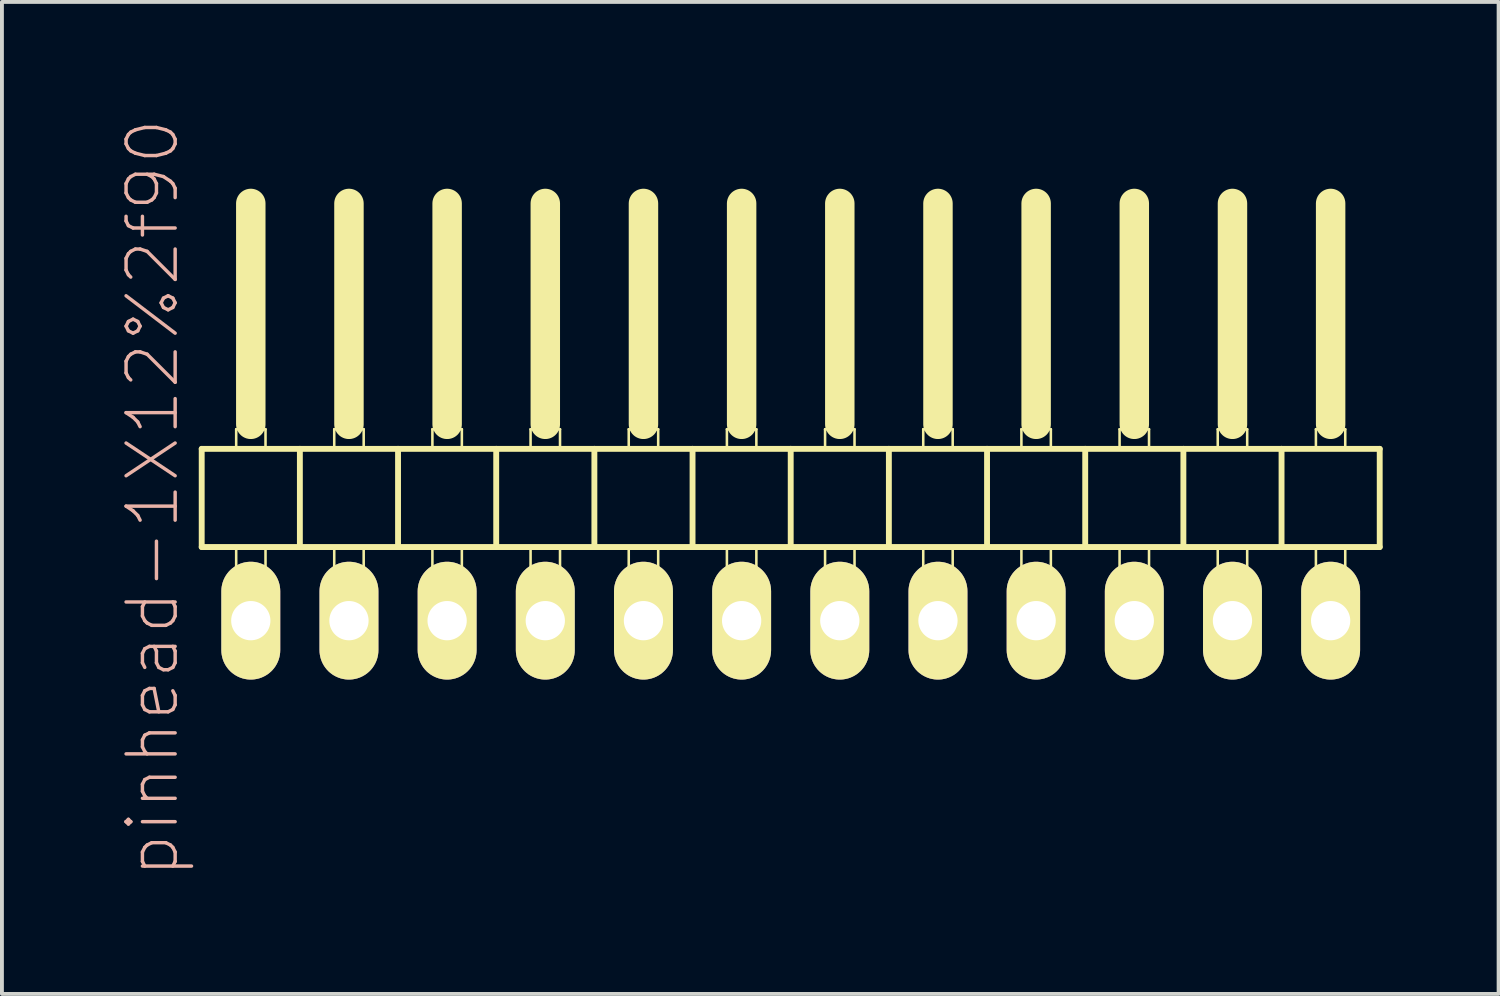
<source format=kicad_pcb>
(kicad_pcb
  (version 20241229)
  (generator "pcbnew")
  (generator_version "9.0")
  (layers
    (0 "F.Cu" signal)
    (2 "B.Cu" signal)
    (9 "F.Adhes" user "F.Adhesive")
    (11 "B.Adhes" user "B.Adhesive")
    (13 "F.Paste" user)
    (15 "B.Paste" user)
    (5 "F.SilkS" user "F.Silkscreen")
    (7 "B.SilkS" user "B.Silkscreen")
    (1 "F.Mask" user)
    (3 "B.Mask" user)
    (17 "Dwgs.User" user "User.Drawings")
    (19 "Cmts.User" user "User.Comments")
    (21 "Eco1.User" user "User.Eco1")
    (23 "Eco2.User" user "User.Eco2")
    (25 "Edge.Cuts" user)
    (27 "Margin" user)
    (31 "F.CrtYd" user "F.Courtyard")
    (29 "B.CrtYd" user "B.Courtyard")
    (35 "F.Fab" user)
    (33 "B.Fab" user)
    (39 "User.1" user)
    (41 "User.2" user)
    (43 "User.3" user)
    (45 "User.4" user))
  (footprint "pinhead-1X12%2f90"
    (layer "F.Cu")
    (at 17.409 9.199)
    (property "Reference" "pinhead-1X12%2f90" (at -16.51 0.635 90) (layer "B.SilkS") (effects (font (size 1.27 1.27) (thickness 0.089))))
    (attr exclude_from_pos_files exclude_from_bom)
    (fp_line (start -15.24 -0.635) (end -15.24 1.905) (stroke (width 0.152) (type solid)) (layer "F.SilkS"))
    (fp_line (start -15.24 1.905) (end -12.7 1.905) (stroke (width 0.152) (type solid)) (layer "F.SilkS"))
    (fp_line (start -14.348 -1.143) (end -13.589 -1.143) (stroke (width 0.066) (type solid)) (layer "F.SilkS"))
    (fp_line (start -14.348 -0.635) (end -14.348 -1.143) (stroke (width 0.066) (type solid)) (layer "F.SilkS"))
    (fp_line (start -14.348 -0.635) (end -13.589 -0.635) (stroke (width 0.066) (type solid)) (layer "F.SilkS"))
    (fp_line (start -14.348 1.905) (end -13.589 1.905) (stroke (width 0.066) (type solid)) (layer "F.SilkS"))
    (fp_line (start -14.348 2.921) (end -14.348 1.905) (stroke (width 0.066) (type solid)) (layer "F.SilkS"))
    (fp_line (start -14.348 2.921) (end -13.589 2.921) (stroke (width 0.066) (type solid)) (layer "F.SilkS"))
    (fp_line (start -13.97 -6.985) (end -13.97 -1.27) (stroke (width 0.762) (type solid)) (layer "F.SilkS"))
    (fp_line (start -13.589 -0.635) (end -13.589 -1.143) (stroke (width 0.066) (type solid)) (layer "F.SilkS"))
    (fp_line (start -13.589 2.921) (end -13.589 1.905) (stroke (width 0.066) (type solid)) (layer "F.SilkS"))
    (fp_line (start -12.7 -0.635) (end -15.24 -0.635) (stroke (width 0.152) (type solid)) (layer "F.SilkS"))
    (fp_line (start -12.7 1.905) (end -12.7 -0.635) (stroke (width 0.152) (type solid)) (layer "F.SilkS"))
    (fp_line (start -12.7 1.905) (end -10.16 1.905) (stroke (width 0.152) (type solid)) (layer "F.SilkS"))
    (fp_line (start -11.811 -1.143) (end -11.049 -1.143) (stroke (width 0.066) (type solid)) (layer "F.SilkS"))
    (fp_line (start -11.811 -0.635) (end -11.811 -1.143) (stroke (width 0.066) (type solid)) (layer "F.SilkS"))
    (fp_line (start -11.811 -0.635) (end -11.049 -0.635) (stroke (width 0.066) (type solid)) (layer "F.SilkS"))
    (fp_line (start -11.811 1.905) (end -11.049 1.905) (stroke (width 0.066) (type solid)) (layer "F.SilkS"))
    (fp_line (start -11.811 2.921) (end -11.811 1.905) (stroke (width 0.066) (type solid)) (layer "F.SilkS"))
    (fp_line (start -11.811 2.921) (end -11.049 2.921) (stroke (width 0.066) (type solid)) (layer "F.SilkS"))
    (fp_line (start -11.43 -6.985) (end -11.43 -1.27) (stroke (width 0.762) (type solid)) (layer "F.SilkS"))
    (fp_line (start -11.049 -0.635) (end -11.049 -1.143) (stroke (width 0.066) (type solid)) (layer "F.SilkS"))
    (fp_line (start -11.049 2.921) (end -11.049 1.905) (stroke (width 0.066) (type solid)) (layer "F.SilkS"))
    (fp_line (start -10.16 -0.635) (end -12.7 -0.635) (stroke (width 0.152) (type solid)) (layer "F.SilkS"))
    (fp_line (start -10.16 1.905) (end -10.16 -0.635) (stroke (width 0.152) (type solid)) (layer "F.SilkS"))
    (fp_line (start -10.16 1.905) (end -7.62 1.905) (stroke (width 0.152) (type solid)) (layer "F.SilkS"))
    (fp_line (start -9.271 -1.143) (end -8.509 -1.143) (stroke (width 0.066) (type solid)) (layer "F.SilkS"))
    (fp_line (start -9.271 -0.635) (end -9.271 -1.143) (stroke (width 0.066) (type solid)) (layer "F.SilkS"))
    (fp_line (start -9.271 -0.635) (end -8.509 -0.635) (stroke (width 0.066) (type solid)) (layer "F.SilkS"))
    (fp_line (start -9.271 1.905) (end -8.509 1.905) (stroke (width 0.066) (type solid)) (layer "F.SilkS"))
    (fp_line (start -9.271 2.921) (end -9.271 1.905) (stroke (width 0.066) (type solid)) (layer "F.SilkS"))
    (fp_line (start -9.271 2.921) (end -8.509 2.921) (stroke (width 0.066) (type solid)) (layer "F.SilkS"))
    (fp_line (start -8.89 -6.985) (end -8.89 -1.27) (stroke (width 0.762) (type solid)) (layer "F.SilkS"))
    (fp_line (start -8.509 -0.635) (end -8.509 -1.143) (stroke (width 0.066) (type solid)) (layer "F.SilkS"))
    (fp_line (start -8.509 2.921) (end -8.509 1.905) (stroke (width 0.066) (type solid)) (layer "F.SilkS"))
    (fp_line (start -7.62 -0.635) (end -10.16 -0.635) (stroke (width 0.152) (type solid)) (layer "F.SilkS"))
    (fp_line (start -7.62 1.905) (end -7.62 -0.635) (stroke (width 0.152) (type solid)) (layer "F.SilkS"))
    (fp_line (start -7.62 1.905) (end -5.08 1.905) (stroke (width 0.152) (type solid)) (layer "F.SilkS"))
    (fp_line (start -6.731 -1.143) (end -5.969 -1.143) (stroke (width 0.066) (type solid)) (layer "F.SilkS"))
    (fp_line (start -6.731 -0.635) (end -6.731 -1.143) (stroke (width 0.066) (type solid)) (layer "F.SilkS"))
    (fp_line (start -6.731 -0.635) (end -5.969 -0.635) (stroke (width 0.066) (type solid)) (layer "F.SilkS"))
    (fp_line (start -6.731 1.905) (end -5.969 1.905) (stroke (width 0.066) (type solid)) (layer "F.SilkS"))
    (fp_line (start -6.731 2.921) (end -6.731 1.905) (stroke (width 0.066) (type solid)) (layer "F.SilkS"))
    (fp_line (start -6.731 2.921) (end -5.969 2.921) (stroke (width 0.066) (type solid)) (layer "F.SilkS"))
    (fp_line (start -6.35 -6.985) (end -6.35 -1.27) (stroke (width 0.762) (type solid)) (layer "F.SilkS"))
    (fp_line (start -5.969 -0.635) (end -5.969 -1.143) (stroke (width 0.066) (type solid)) (layer "F.SilkS"))
    (fp_line (start -5.969 2.921) (end -5.969 1.905) (stroke (width 0.066) (type solid)) (layer "F.SilkS"))
    (fp_line (start -5.08 -0.635) (end -7.62 -0.635) (stroke (width 0.152) (type solid)) (layer "F.SilkS"))
    (fp_line (start -5.08 1.905) (end -5.08 -0.635) (stroke (width 0.152) (type solid)) (layer "F.SilkS"))
    (fp_line (start -5.08 1.905) (end -2.54 1.905) (stroke (width 0.152) (type solid)) (layer "F.SilkS"))
    (fp_line (start -4.191 -1.143) (end -3.429 -1.143) (stroke (width 0.066) (type solid)) (layer "F.SilkS"))
    (fp_line (start -4.191 -0.635) (end -4.191 -1.143) (stroke (width 0.066) (type solid)) (layer "F.SilkS"))
    (fp_line (start -4.191 -0.635) (end -3.429 -0.635) (stroke (width 0.066) (type solid)) (layer "F.SilkS"))
    (fp_line (start -4.191 1.905) (end -3.429 1.905) (stroke (width 0.066) (type solid)) (layer "F.SilkS"))
    (fp_line (start -4.191 2.921) (end -4.191 1.905) (stroke (width 0.066) (type solid)) (layer "F.SilkS"))
    (fp_line (start -4.191 2.921) (end -3.429 2.921) (stroke (width 0.066) (type solid)) (layer "F.SilkS"))
    (fp_line (start -3.81 -6.985) (end -3.81 -1.27) (stroke (width 0.762) (type solid)) (layer "F.SilkS"))
    (fp_line (start -3.429 -0.635) (end -3.429 -1.143) (stroke (width 0.066) (type solid)) (layer "F.SilkS"))
    (fp_line (start -3.429 2.921) (end -3.429 1.905) (stroke (width 0.066) (type solid)) (layer "F.SilkS"))
    (fp_line (start -2.54 -0.635) (end -5.08 -0.635) (stroke (width 0.152) (type solid)) (layer "F.SilkS"))
    (fp_line (start -2.54 1.905) (end -2.54 -0.635) (stroke (width 0.152) (type solid)) (layer "F.SilkS"))
    (fp_line (start -2.54 1.905) (end 0 1.905) (stroke (width 0.152) (type solid)) (layer "F.SilkS"))
    (fp_line (start -1.651 -1.143) (end -0.889 -1.143) (stroke (width 0.066) (type solid)) (layer "F.SilkS"))
    (fp_line (start -1.651 -0.635) (end -1.651 -1.143) (stroke (width 0.066) (type solid)) (layer "F.SilkS"))
    (fp_line (start -1.651 -0.635) (end -0.889 -0.635) (stroke (width 0.066) (type solid)) (layer "F.SilkS"))
    (fp_line (start -1.651 1.905) (end -0.889 1.905) (stroke (width 0.066) (type solid)) (layer "F.SilkS"))
    (fp_line (start -1.651 2.921) (end -1.651 1.905) (stroke (width 0.066) (type solid)) (layer "F.SilkS"))
    (fp_line (start -1.651 2.921) (end -0.889 2.921) (stroke (width 0.066) (type solid)) (layer "F.SilkS"))
    (fp_line (start -1.27 -6.985) (end -1.27 -1.27) (stroke (width 0.762) (type solid)) (layer "F.SilkS"))
    (fp_line (start -0.889 -0.635) (end -0.889 -1.143) (stroke (width 0.066) (type solid)) (layer "F.SilkS"))
    (fp_line (start -0.889 2.921) (end -0.889 1.905) (stroke (width 0.066) (type solid)) (layer "F.SilkS"))
    (fp_line (start 0 -0.635) (end -2.54 -0.635) (stroke (width 0.152) (type solid)) (layer "F.SilkS"))
    (fp_line (start 0 1.905) (end 0 -0.635) (stroke (width 0.152) (type solid)) (layer "F.SilkS"))
    (fp_line (start 0 1.905) (end 2.54 1.905) (stroke (width 0.152) (type solid)) (layer "F.SilkS"))
    (fp_line (start 0.889 -1.143) (end 1.651 -1.143) (stroke (width 0.066) (type solid)) (layer "F.SilkS"))
    (fp_line (start 0.889 -0.635) (end 0.889 -1.143) (stroke (width 0.066) (type solid)) (layer "F.SilkS"))
    (fp_line (start 0.889 -0.635) (end 1.651 -0.635) (stroke (width 0.066) (type solid)) (layer "F.SilkS"))
    (fp_line (start 0.889 1.905) (end 1.651 1.905) (stroke (width 0.066) (type solid)) (layer "F.SilkS"))
    (fp_line (start 0.889 2.921) (end 0.889 1.905) (stroke (width 0.066) (type solid)) (layer "F.SilkS"))
    (fp_line (start 0.889 2.921) (end 1.651 2.921) (stroke (width 0.066) (type solid)) (layer "F.SilkS"))
    (fp_line (start 1.27 -6.985) (end 1.27 -1.27) (stroke (width 0.762) (type solid)) (layer "F.SilkS"))
    (fp_line (start 1.651 -0.635) (end 1.651 -1.143) (stroke (width 0.066) (type solid)) (layer "F.SilkS"))
    (fp_line (start 1.651 2.921) (end 1.651 1.905) (stroke (width 0.066) (type solid)) (layer "F.SilkS"))
    (fp_line (start 2.54 -0.635) (end 0 -0.635) (stroke (width 0.152) (type solid)) (layer "F.SilkS"))
    (fp_line (start 2.54 1.905) (end 2.54 -0.635) (stroke (width 0.152) (type solid)) (layer "F.SilkS"))
    (fp_line (start 2.54 1.905) (end 5.08 1.905) (stroke (width 0.152) (type solid)) (layer "F.SilkS"))
    (fp_line (start 3.429 -1.143) (end 4.191 -1.143) (stroke (width 0.066) (type solid)) (layer "F.SilkS"))
    (fp_line (start 3.429 -0.635) (end 3.429 -1.143) (stroke (width 0.066) (type solid)) (layer "F.SilkS"))
    (fp_line (start 3.429 -0.635) (end 4.191 -0.635) (stroke (width 0.066) (type solid)) (layer "F.SilkS"))
    (fp_line (start 3.429 1.905) (end 4.191 1.905) (stroke (width 0.066) (type solid)) (layer "F.SilkS"))
    (fp_line (start 3.429 2.921) (end 3.429 1.905) (stroke (width 0.066) (type solid)) (layer "F.SilkS"))
    (fp_line (start 3.429 2.921) (end 4.191 2.921) (stroke (width 0.066) (type solid)) (layer "F.SilkS"))
    (fp_line (start 3.81 -6.985) (end 3.81 -1.27) (stroke (width 0.762) (type solid)) (layer "F.SilkS"))
    (fp_line (start 4.191 -0.635) (end 4.191 -1.143) (stroke (width 0.066) (type solid)) (layer "F.SilkS"))
    (fp_line (start 4.191 2.921) (end 4.191 1.905) (stroke (width 0.066) (type solid)) (layer "F.SilkS"))
    (fp_line (start 5.08 -0.635) (end 2.54 -0.635) (stroke (width 0.152) (type solid)) (layer "F.SilkS"))
    (fp_line (start 5.08 1.905) (end 5.08 -0.635) (stroke (width 0.152) (type solid)) (layer "F.SilkS"))
    (fp_line (start 5.08 1.905) (end 7.62 1.905) (stroke (width 0.152) (type solid)) (layer "F.SilkS"))
    (fp_line (start 5.969 -1.143) (end 6.731 -1.143) (stroke (width 0.066) (type solid)) (layer "F.SilkS"))
    (fp_line (start 5.969 -0.635) (end 5.969 -1.143) (stroke (width 0.066) (type solid)) (layer "F.SilkS"))
    (fp_line (start 5.969 -0.635) (end 6.731 -0.635) (stroke (width 0.066) (type solid)) (layer "F.SilkS"))
    (fp_line (start 5.969 1.905) (end 6.731 1.905) (stroke (width 0.066) (type solid)) (layer "F.SilkS"))
    (fp_line (start 5.969 2.921) (end 5.969 1.905) (stroke (width 0.066) (type solid)) (layer "F.SilkS"))
    (fp_line (start 5.969 2.921) (end 6.731 2.921) (stroke (width 0.066) (type solid)) (layer "F.SilkS"))
    (fp_line (start 6.35 -6.985) (end 6.35 -1.27) (stroke (width 0.762) (type solid)) (layer "F.SilkS"))
    (fp_line (start 6.731 -0.635) (end 6.731 -1.143) (stroke (width 0.066) (type solid)) (layer "F.SilkS"))
    (fp_line (start 6.731 2.921) (end 6.731 1.905) (stroke (width 0.066) (type solid)) (layer "F.SilkS"))
    (fp_line (start 7.62 -0.635) (end 5.08 -0.635) (stroke (width 0.152) (type solid)) (layer "F.SilkS"))
    (fp_line (start 7.62 1.905) (end 7.62 -0.635) (stroke (width 0.152) (type solid)) (layer "F.SilkS"))
    (fp_line (start 7.62 1.905) (end 10.16 1.905) (stroke (width 0.152) (type solid)) (layer "F.SilkS"))
    (fp_line (start 8.509 -1.143) (end 9.271 -1.143) (stroke (width 0.066) (type solid)) (layer "F.SilkS"))
    (fp_line (start 8.509 -0.635) (end 8.509 -1.143) (stroke (width 0.066) (type solid)) (layer "F.SilkS"))
    (fp_line (start 8.509 -0.635) (end 9.271 -0.635) (stroke (width 0.066) (type solid)) (layer "F.SilkS"))
    (fp_line (start 8.509 1.905) (end 9.271 1.905) (stroke (width 0.066) (type solid)) (layer "F.SilkS"))
    (fp_line (start 8.509 2.921) (end 8.509 1.905) (stroke (width 0.066) (type solid)) (layer "F.SilkS"))
    (fp_line (start 8.509 2.921) (end 9.271 2.921) (stroke (width 0.066) (type solid)) (layer "F.SilkS"))
    (fp_line (start 8.89 -6.985) (end 8.89 -1.27) (stroke (width 0.762) (type solid)) (layer "F.SilkS"))
    (fp_line (start 9.271 -0.635) (end 9.271 -1.143) (stroke (width 0.066) (type solid)) (layer "F.SilkS"))
    (fp_line (start 9.271 2.921) (end 9.271 1.905) (stroke (width 0.066) (type solid)) (layer "F.SilkS"))
    (fp_line (start 10.16 -0.635) (end 7.62 -0.635) (stroke (width 0.152) (type solid)) (layer "F.SilkS"))
    (fp_line (start 10.16 1.905) (end 10.16 -0.635) (stroke (width 0.152) (type solid)) (layer "F.SilkS"))
    (fp_line (start 10.16 1.905) (end 12.7 1.905) (stroke (width 0.152) (type solid)) (layer "F.SilkS"))
    (fp_line (start 11.049 -1.143) (end 11.811 -1.143) (stroke (width 0.066) (type solid)) (layer "F.SilkS"))
    (fp_line (start 11.049 -0.635) (end 11.049 -1.143) (stroke (width 0.066) (type solid)) (layer "F.SilkS"))
    (fp_line (start 11.049 -0.635) (end 11.811 -0.635) (stroke (width 0.066) (type solid)) (layer "F.SilkS"))
    (fp_line (start 11.049 1.905) (end 11.811 1.905) (stroke (width 0.066) (type solid)) (layer "F.SilkS"))
    (fp_line (start 11.049 2.921) (end 11.049 1.905) (stroke (width 0.066) (type solid)) (layer "F.SilkS"))
    (fp_line (start 11.049 2.921) (end 11.811 2.921) (stroke (width 0.066) (type solid)) (layer "F.SilkS"))
    (fp_line (start 11.43 -6.985) (end 11.43 -1.27) (stroke (width 0.762) (type solid)) (layer "F.SilkS"))
    (fp_line (start 11.811 -0.635) (end 11.811 -1.143) (stroke (width 0.066) (type solid)) (layer "F.SilkS"))
    (fp_line (start 11.811 2.921) (end 11.811 1.905) (stroke (width 0.066) (type solid)) (layer "F.SilkS"))
    (fp_line (start 12.7 -0.635) (end 10.16 -0.635) (stroke (width 0.152) (type solid)) (layer "F.SilkS"))
    (fp_line (start 12.7 1.905) (end 12.7 -0.635) (stroke (width 0.152) (type solid)) (layer "F.SilkS"))
    (fp_line (start 12.7 1.905) (end 15.24 1.905) (stroke (width 0.152) (type solid)) (layer "F.SilkS"))
    (fp_line (start 13.589 -1.143) (end 14.348 -1.143) (stroke (width 0.066) (type solid)) (layer "F.SilkS"))
    (fp_line (start 13.589 -0.635) (end 13.589 -1.143) (stroke (width 0.066) (type solid)) (layer "F.SilkS"))
    (fp_line (start 13.589 -0.635) (end 14.348 -0.635) (stroke (width 0.066) (type solid)) (layer "F.SilkS"))
    (fp_line (start 13.589 1.905) (end 14.348 1.905) (stroke (width 0.066) (type solid)) (layer "F.SilkS"))
    (fp_line (start 13.589 2.921) (end 13.589 1.905) (stroke (width 0.066) (type solid)) (layer "F.SilkS"))
    (fp_line (start 13.589 2.921) (end 14.348 2.921) (stroke (width 0.066) (type solid)) (layer "F.SilkS"))
    (fp_line (start 13.97 -6.985) (end 13.97 -1.27) (stroke (width 0.762) (type solid)) (layer "F.SilkS"))
    (fp_line (start 14.348 -0.635) (end 14.348 -1.143) (stroke (width 0.066) (type solid)) (layer "F.SilkS"))
    (fp_line (start 14.348 2.921) (end 14.348 1.905) (stroke (width 0.066) (type solid)) (layer "F.SilkS"))
    (fp_line (start 15.24 -0.635) (end 12.7 -0.635) (stroke (width 0.152) (type solid)) (layer "F.SilkS"))
    (fp_line (start 15.24 1.905) (end 15.24 -0.635) (stroke (width 0.152) (type solid)) (layer "F.SilkS"))
    (pad "1" thru_hole oval (at -13.97 3.81) (size 1.524 3.048) (drill 1.016) (layers "*.Cu" "F.Mask" "F.SilkS" "F.Paste"))
    (pad "2" thru_hole oval (at -11.43 3.81) (size 1.524 3.048) (drill 1.016) (layers "*.Cu" "F.Mask" "F.SilkS" "F.Paste"))
    (pad "3" thru_hole oval (at -8.89 3.81) (size 1.524 3.048) (drill 1.016) (layers "*.Cu" "F.Mask" "F.SilkS" "F.Paste"))
    (pad "4" thru_hole oval (at -6.35 3.81) (size 1.524 3.048) (drill 1.016) (layers "*.Cu" "F.Mask" "F.SilkS" "F.Paste"))
    (pad "5" thru_hole oval (at -3.81 3.81) (size 1.524 3.048) (drill 1.016) (layers "*.Cu" "F.Mask" "F.SilkS" "F.Paste"))
    (pad "6" thru_hole oval (at -1.27 3.81) (size 1.524 3.048) (drill 1.016) (layers "*.Cu" "F.Mask" "F.SilkS" "F.Paste"))
    (pad "7" thru_hole oval (at 1.27 3.81) (size 1.524 3.048) (drill 1.016) (layers "*.Cu" "F.Mask" "F.SilkS" "F.Paste"))
    (pad "8" thru_hole oval (at 3.81 3.81) (size 1.524 3.048) (drill 1.016) (layers "*.Cu" "F.Mask" "F.SilkS" "F.Paste"))
    (pad "9" thru_hole oval (at 6.35 3.81) (size 1.524 3.048) (drill 1.016) (layers "*.Cu" "F.Mask" "F.SilkS" "F.Paste"))
    (pad "10" thru_hole oval (at 8.89 3.81) (size 1.524 3.048) (drill 1.016) (layers "*.Cu" "F.Mask" "F.SilkS" "F.Paste"))
    (pad "11" thru_hole oval (at 11.43 3.81) (size 1.524 3.048) (drill 1.016) (layers "*.Cu" "F.Mask" "F.SilkS" "F.Paste"))
    (pad "12" thru_hole oval (at 13.97 3.81) (size 1.524 3.048) (drill 1.016) (layers "*.Cu" "F.Mask" "F.SilkS" "F.Paste")))
  (gr_rect
    (start -3 -3)
    (end 35.725 22.667)
    (stroke (width 0.1) (type default))
    (fill no)
    (layer "Edge.Cuts")))
</source>
